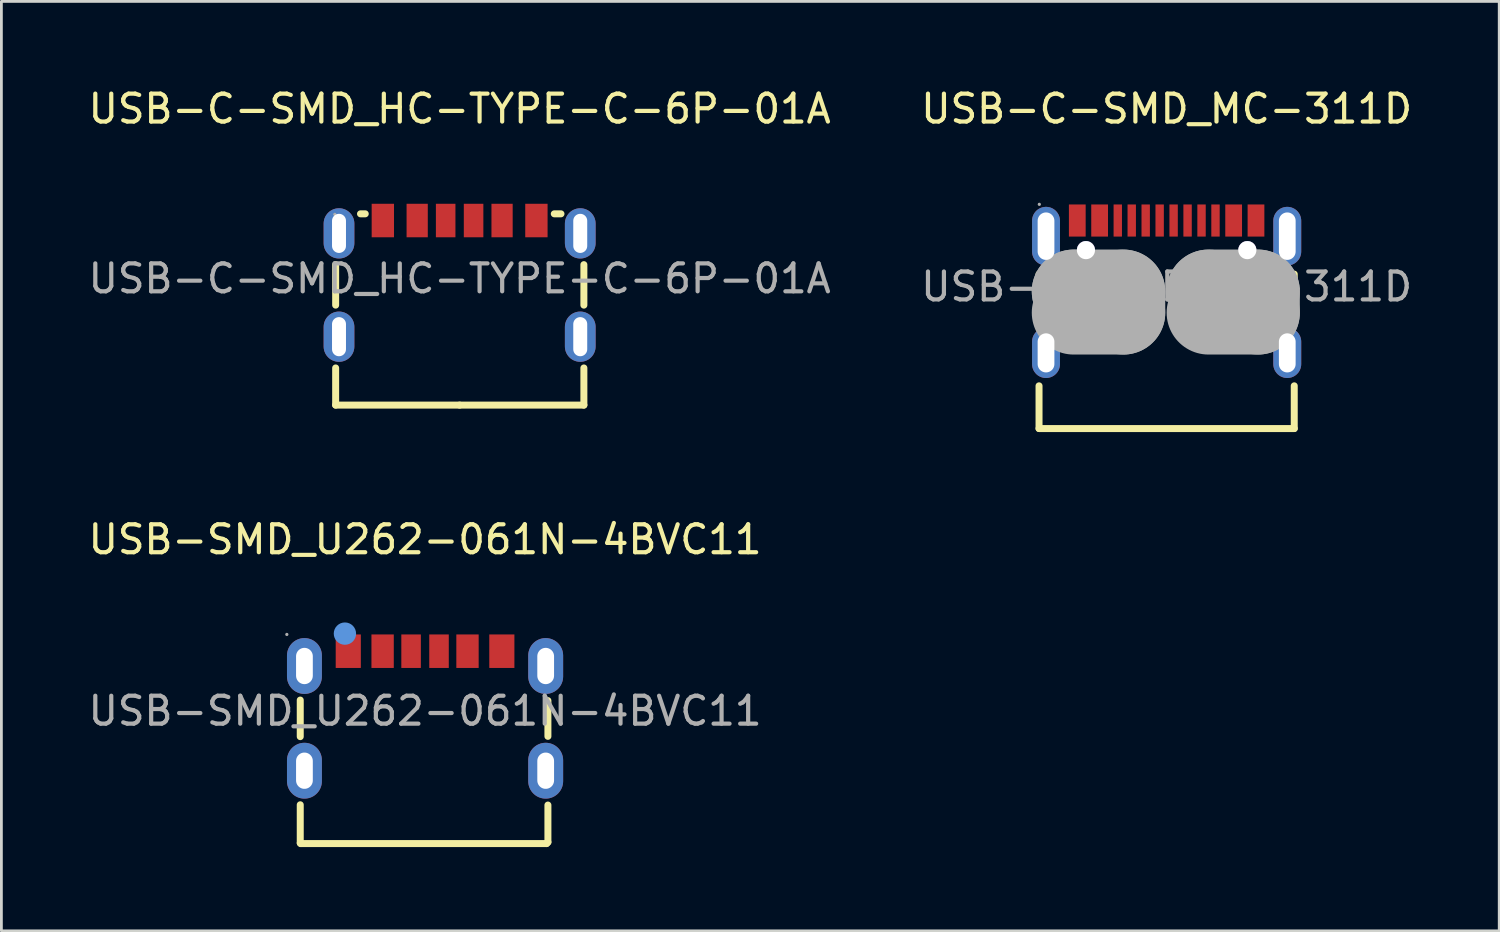
<source format=kicad_pcb>
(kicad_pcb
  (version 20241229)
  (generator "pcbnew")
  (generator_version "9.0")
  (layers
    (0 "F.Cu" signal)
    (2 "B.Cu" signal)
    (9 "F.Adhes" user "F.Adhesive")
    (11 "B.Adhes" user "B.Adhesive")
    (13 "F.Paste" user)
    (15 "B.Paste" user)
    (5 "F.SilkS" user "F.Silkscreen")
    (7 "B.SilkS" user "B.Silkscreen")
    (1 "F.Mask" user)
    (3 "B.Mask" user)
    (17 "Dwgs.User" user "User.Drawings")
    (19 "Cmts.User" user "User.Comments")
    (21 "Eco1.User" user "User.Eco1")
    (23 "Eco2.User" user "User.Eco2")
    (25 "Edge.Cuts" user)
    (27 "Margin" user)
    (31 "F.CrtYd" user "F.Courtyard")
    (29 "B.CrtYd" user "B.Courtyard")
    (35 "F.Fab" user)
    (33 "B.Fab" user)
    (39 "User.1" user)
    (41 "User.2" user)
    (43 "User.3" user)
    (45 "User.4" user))
  (footprint "USB-SMD_U262-061N-4BVC11"
    (layer "F.Cu")
    (at 12.173 22.412)
    (property "Reference" "USB-SMD_U262-061N-4BVC11" (at 0 -6.14 0) (layer "F.SilkS") (effects (font (size 1 1) (thickness 0.15))))
    (attr through_hole)
    (fp_line (start -4.47 -0.39) (end -4.47 0.92) (stroke (width 0.25) (type solid)) (layer "F.SilkS"))
    (fp_line (start -4.47 3.36) (end -4.47 4.73) (stroke (width 0.25) (type solid)) (layer "F.SilkS"))
    (fp_line (start -4.47 4.73) (end -4.45 4.75) (stroke (width 0.25) (type solid)) (layer "F.SilkS"))
    (fp_line (start -4.45 4.75) (end 4.35 4.75) (stroke (width 0.25) (type solid)) (layer "F.SilkS"))
    (fp_line (start 4.35 4.75) (end 4.4 4.7) (stroke (width 0.25) (type solid)) (layer "F.SilkS"))
    (fp_line (start 4.4 0.91) (end 4.4 -0.37) (stroke (width 0.25) (type solid)) (layer "F.SilkS"))
    (fp_line (start 4.4 4.7) (end 4.4 3.37) (stroke (width 0.25) (type solid)) (layer "F.SilkS"))
    (fp_circle (center -2.87 -2.77) (end -2.67 -2.77) (stroke (width 0.4) (type solid)) (fill no) (layer "Cmts.User"))
    (fp_circle (center -4.95 -2.74) (end -4.92 -2.74) (stroke (width 0.06) (type solid)) (fill no) (layer "F.Fab"))
    (fp_text user "${REFERENCE}" (at 0 0 0) (layer "F.Fab") (effects (font (size 1 1) (thickness 0.15))))
    (pad "7" thru_hole oval (at -4.32 -1.61) (size 1.25 2) (drill oval 0.6 1.3) (layers "*.Cu" "*.Paste" "*.Mask"))
    (pad "8" thru_hole oval (at 4.32 -1.61) (size 1.25 2) (drill oval 0.6 1.3) (layers "*.Cu" "*.Paste" "*.Mask"))
    (pad "9" thru_hole oval (at -4.32 2.14) (size 1.25 2) (drill oval 0.6 1.3) (layers "*.Cu" "*.Paste" "*.Mask"))
    (pad "10" thru_hole oval (at 4.32 2.14) (size 1.25 2) (drill oval 0.6 1.3) (layers "*.Cu" "*.Paste" "*.Mask"))
    (pad "A5" smd rect (at 0.5 -2.14) (size 0.7 1.2) (layers "F.Cu" "F.Mask" "F.Paste"))
    (pad "A9" smd rect (at 1.52 -2.14) (size 0.8 1.2) (layers "F.Cu" "F.Mask" "F.Paste"))
    (pad "A12" smd rect (at 2.75 -2.14) (size 0.9 1.2) (layers "F.Cu" "F.Mask" "F.Paste"))
    (pad "B5" smd rect (at -0.5 -2.14) (size 0.7 1.2) (layers "F.Cu" "F.Mask" "F.Paste"))
    (pad "B9" smd rect (at -1.52 -2.14) (size 0.8 1.2) (layers "F.Cu" "F.Mask" "F.Paste"))
    (pad "B12" smd rect (at -2.75 -2.14) (size 0.9 1.2) (layers "F.Cu" "F.Mask" "F.Paste")))
  (footprint "USB-C-SMD_MC-311D"
    (layer "F.Cu")
    (at 38.732 7.218)
    (property "Reference" "USB-C-SMD_MC-311D" (at 0 -6.37 0) (layer "F.SilkS") (effects (font (size 1 1) (thickness 0.15))))
    (attr through_hole)
    (fp_line (start -4.57 -0.45) (end -4.57 1.2) (stroke (width 0.25) (type solid)) (layer "F.SilkS"))
    (fp_line (start -4.57 3.55) (end -4.57 5.08) (stroke (width 0.25) (type solid)) (layer "F.SilkS"))
    (fp_line (start -4.57 5.08) (end 4.57 5.08) (stroke (width 0.25) (type solid)) (layer "F.SilkS"))
    (fp_line (start 4.57 -0.45) (end 4.57 1.2) (stroke (width 0.25) (type solid)) (layer "F.SilkS"))
    (fp_line (start 4.57 5.08) (end 4.57 3.55) (stroke (width 0.25) (type solid)) (layer "F.SilkS"))
    (fp_line (start -3.33 0.17) (end -3.33 0.17) (stroke (width 3) (type solid)) (layer "F.Fab"))
    (fp_line (start -3.33 0.17) (end -1.55 0.17) (stroke (width 3) (type solid)) (layer "F.Fab"))
    (fp_line (start -1.55 0.17) (end -1.55 0.93) (stroke (width 3) (type solid)) (layer "F.Fab"))
    (fp_line (start -1.55 0.93) (end -3.33 0.93) (stroke (width 3) (type solid)) (layer "F.Fab"))
    (fp_line (start 1.5 0.17) (end 1.5 0.17) (stroke (width 3) (type solid)) (layer "F.Fab"))
    (fp_line (start 1.5 0.17) (end 3.27 0.17) (stroke (width 3) (type solid)) (layer "F.Fab"))
    (fp_line (start 3.27 0.17) (end 3.27 0.93) (stroke (width 3) (type solid)) (layer "F.Fab"))
    (fp_line (start 3.27 0.93) (end 1.5 0.93) (stroke (width 3) (type solid)) (layer "F.Fab"))
    (fp_circle (center -4.56 -2.95) (end -4.53 -2.95) (stroke (width 0.06) (type solid)) (fill no) (layer "F.Fab"))
    (fp_circle (center -2.89 -1.31) (end -2.78 -1.31) (stroke (width 0.22) (type solid)) (fill no) (layer "F.Fab"))
    (fp_circle (center 2.89 -1.31) (end 3 -1.31) (stroke (width 0.22) (type solid)) (fill no) (layer "F.Fab"))
    (fp_text user "${REFERENCE}" (at 0 0 0) (layer "F.Fab") (effects (font (size 1 1) (thickness 0.15))))
    (pad "" thru_hole circle (at -2.89 -1.31) (size 0.65 0.65) (drill 0.65) (layers "*.Cu" "*.Mask"))
    (pad "" thru_hole circle (at 2.89 -1.31) (size 0.65 0.65) (drill 0.65) (layers "*.Cu" "*.Mask"))
    (pad "1" thru_hole oval (at -4.32 -1.81) (size 1 2.1) (drill oval 0.6 1.7) (layers "*.Cu" "*.Paste" "*.Mask"))
    (pad "2" thru_hole oval (at -4.32 2.37) (size 1 1.8) (drill oval 0.6 1.4) (layers "*.Cu" "*.Paste" "*.Mask"))
    (pad "3" thru_hole oval (at 4.32 2.37) (size 1 1.8) (drill oval 0.6 1.4) (layers "*.Cu" "*.Paste" "*.Mask"))
    (pad "4" thru_hole oval (at 4.32 -1.81) (size 1 2.1) (drill oval 0.6 1.7) (layers "*.Cu" "*.Paste" "*.Mask"))
    (pad "A1-B12" smd rect (at -3.2 -2.37) (size 0.6 1.15) (layers "F.Cu" "F.Mask" "F.Paste"))
    (pad "A4-B9" smd rect (at -2.4 -2.37) (size 0.6 1.15) (layers "F.Cu" "F.Mask" "F.Paste"))
    (pad "A5" smd rect (at -1.25 -2.37) (size 0.3 1.15) (layers "F.Cu" "F.Mask" "F.Paste"))
    (pad "A6" smd rect (at -0.25 -2.37) (size 0.3 1.15) (layers "F.Cu" "F.Mask" "F.Paste"))
    (pad "A7" smd rect (at 0.25 -2.37) (size 0.3 1.15) (layers "F.Cu" "F.Mask" "F.Paste"))
    (pad "A8" smd rect (at 1.25 -2.37) (size 0.3 1.15) (layers "F.Cu" "F.Mask" "F.Paste"))
    (pad "B1-A12" smd rect (at 3.2 -2.37) (size 0.6 1.15) (layers "F.Cu" "F.Mask" "F.Paste"))
    (pad "B4-A9" smd rect (at 2.4 -2.37) (size 0.6 1.15) (layers "F.Cu" "F.Mask" "F.Paste"))
    (pad "B5" smd rect (at 1.75 -2.37) (size 0.3 1.15) (layers "F.Cu" "F.Mask" "F.Paste"))
    (pad "B6" smd rect (at 0.75 -2.37) (size 0.3 1.15) (layers "F.Cu" "F.Mask" "F.Paste"))
    (pad "B7" smd rect (at -0.75 -2.37) (size 0.3 1.15) (layers "F.Cu" "F.Mask" "F.Paste"))
    (pad "B8" smd rect (at -1.75 -2.37) (size 0.3 1.15) (layers "F.Cu" "F.Mask" "F.Paste")))
  (footprint "USB-C-SMD_HC-TYPE-C-6P-01A"
    (layer "F.Cu")
    (at 13.411 6.928)
    (property "Reference" "USB-C-SMD_HC-TYPE-C-6P-01A" (at 0 -6.08 0) (layer "F.SilkS") (effects (font (size 1 1) (thickness 0.15))))
    (attr through_hole)
    (fp_line (start -4.44 0.95) (end -4.44 -0.5) (stroke (width 0.25) (type solid)) (layer "F.SilkS"))
    (fp_line (start -4.44 4.53) (end -4.44 3.2) (stroke (width 0.25) (type solid)) (layer "F.SilkS"))
    (fp_line (start -3.55 -2.32) (end -3.38 -2.32) (stroke (width 0.25) (type solid)) (layer "F.SilkS"))
    (fp_line (start 0 4.53) (end -4.44 4.53) (stroke (width 0.25) (type solid)) (layer "F.SilkS"))
    (fp_line (start 3.39 -2.32) (end 3.63 -2.32) (stroke (width 0.25) (type solid)) (layer "F.SilkS"))
    (fp_line (start 4.45 -0.5) (end 4.45 0.95) (stroke (width 0.25) (type solid)) (layer "F.SilkS"))
    (fp_line (start 4.45 3.2) (end 4.45 4.53) (stroke (width 0.25) (type solid)) (layer "F.SilkS"))
    (fp_line (start 4.45 4.53) (end 0 4.53) (stroke (width 0.25) (type solid)) (layer "F.SilkS"))
    (fp_circle (center -4.47 -2.3) (end -4.44 -2.3) (stroke (width 0.06) (type solid)) (fill no) (layer "F.Fab"))
    (fp_text user "${REFERENCE}" (at 0 0 0) (layer "F.Fab") (effects (font (size 1 1) (thickness 0.15))))
    (pad "1" thru_hole oval (at -4.32 -1.62) (size 1.1 1.8) (drill oval 0.5 1.401) (layers "*.Cu" "*.Paste" "*.Mask"))
    (pad "2" thru_hole oval (at -4.32 2.08) (size 1.1 1.8) (drill oval 0.5 1.401) (layers "*.Cu" "*.Paste" "*.Mask"))
    (pad "3" thru_hole oval (at 4.32 -1.62) (size 1.1 1.8) (drill oval 0.5 1.401) (layers "*.Cu" "*.Paste" "*.Mask"))
    (pad "4" thru_hole oval (at 4.32 2.08) (size 1.1 1.8) (drill oval 0.5 1.401) (layers "*.Cu" "*.Paste" "*.Mask"))
    (pad "A5" smd rect (at -0.5 -2.08) (size 0.7 1.2) (layers "F.Cu" "F.Mask" "F.Paste"))
    (pad "A9" smd rect (at 1.52 -2.08) (size 0.76 1.2) (layers "F.Cu" "F.Mask" "F.Paste"))
    (pad "A12" smd rect (at 2.75 -2.08) (size 0.8 1.2) (layers "F.Cu" "F.Mask" "F.Paste"))
    (pad "B5" smd rect (at 0.5 -2.08) (size 0.7 1.2) (layers "F.Cu" "F.Mask" "F.Paste"))
    (pad "B9" smd rect (at -1.52 -2.08) (size 0.76 1.2) (layers "F.Cu" "F.Mask" "F.Paste"))
    (pad "B12" smd rect (at -2.75 -2.08) (size 0.8 1.2) (layers "F.Cu" "F.Mask" "F.Paste")))
  (gr_rect
    (start -3 -3)
    (end 50.643 30.287)
    (stroke (width 0.1) (type default))
    (fill no)
    (layer "Edge.Cuts")))
</source>
